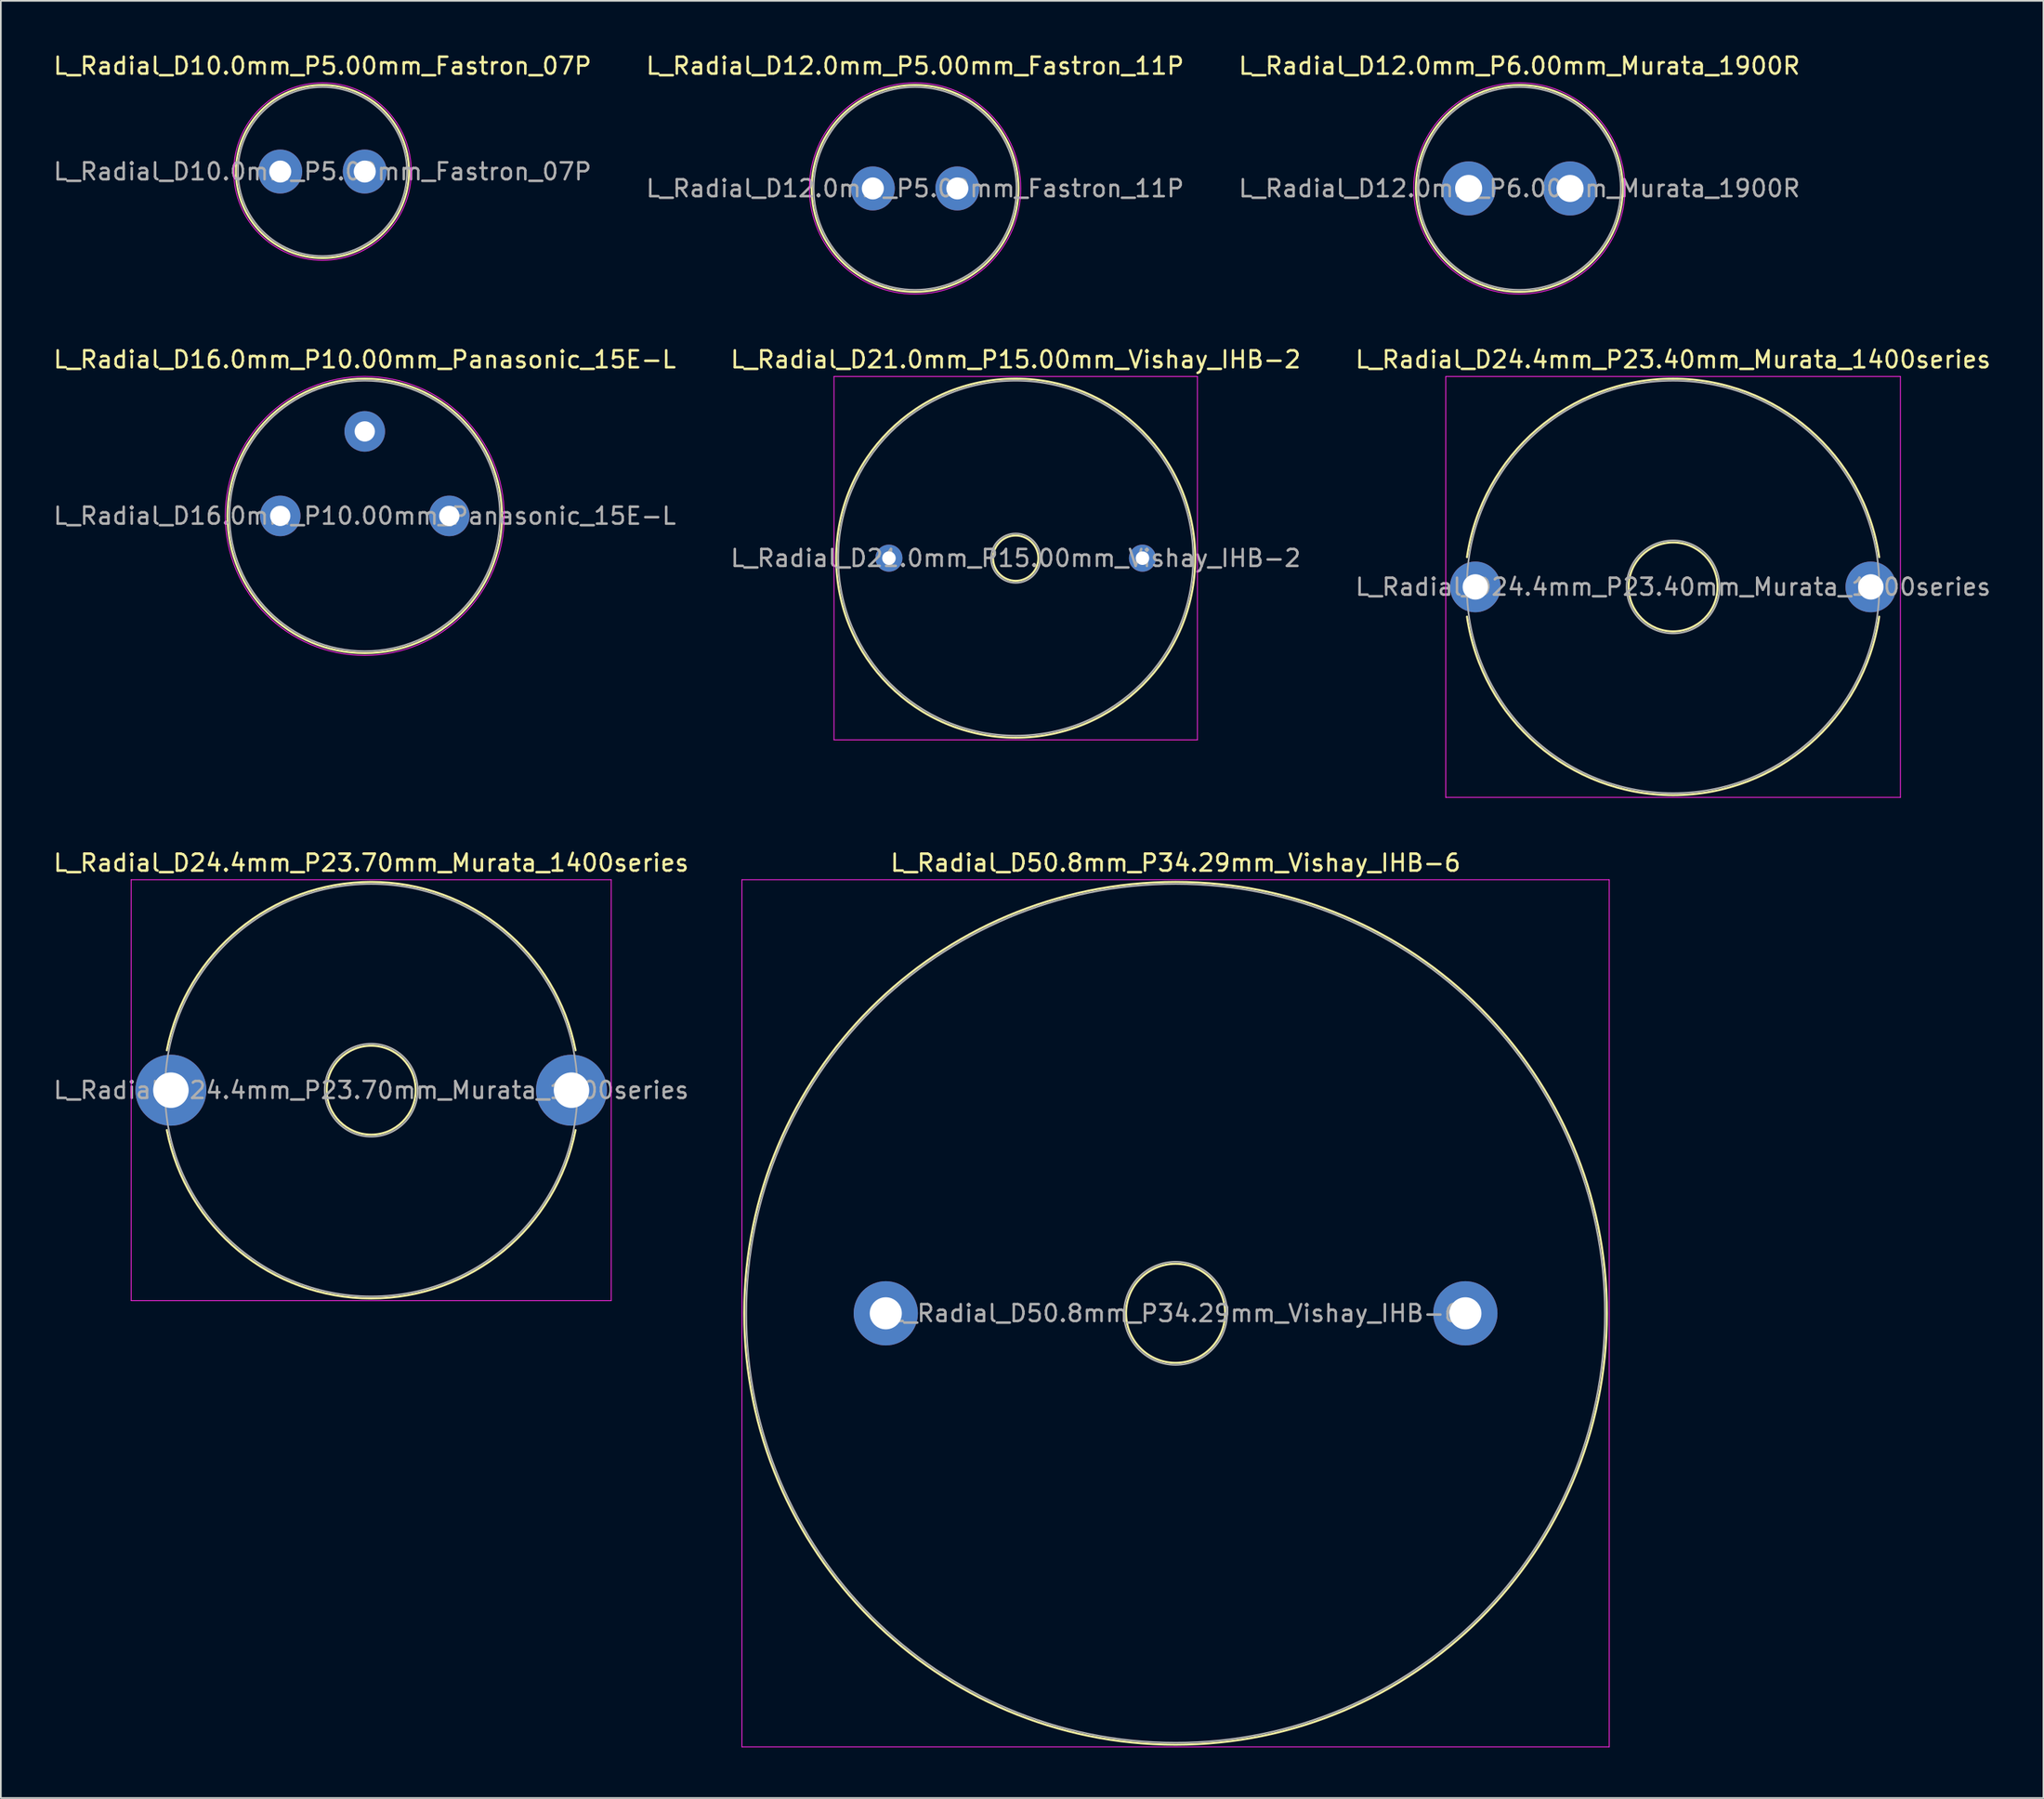
<source format=kicad_pcb>
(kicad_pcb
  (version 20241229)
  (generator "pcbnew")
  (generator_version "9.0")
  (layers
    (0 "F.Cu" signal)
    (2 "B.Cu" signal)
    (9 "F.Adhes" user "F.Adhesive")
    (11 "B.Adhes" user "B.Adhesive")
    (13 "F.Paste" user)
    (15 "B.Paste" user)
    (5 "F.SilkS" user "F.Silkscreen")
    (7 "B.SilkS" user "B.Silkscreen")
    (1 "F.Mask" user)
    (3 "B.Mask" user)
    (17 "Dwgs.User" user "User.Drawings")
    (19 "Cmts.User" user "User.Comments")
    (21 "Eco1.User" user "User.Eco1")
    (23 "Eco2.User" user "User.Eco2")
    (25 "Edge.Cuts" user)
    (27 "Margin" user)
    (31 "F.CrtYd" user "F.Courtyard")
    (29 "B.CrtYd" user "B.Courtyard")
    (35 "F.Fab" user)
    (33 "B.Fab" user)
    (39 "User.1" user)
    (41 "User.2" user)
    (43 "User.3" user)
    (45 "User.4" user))
  (footprint "L_Radial_D24.4mm_P23.40mm_Murata_1400series"
    (layer "F.Cu")
    (at 84.235 31.672)
    (property "Reference" "L_Radial_D24.4mm_P23.40mm_Murata_1400series" (at 11.7 -13.45 0) (layer "F.SilkS") (effects (font (size 1 1) (thickness 0.15))))
    (attr through_hole)
    (fp_arc (start -0.493638 -1.76) (mid 11.7 -12.32) (end 23.893638 -1.76) (stroke (width 0.12) (type solid)) (layer "F.SilkS"))
    (fp_arc (start 23.893638 1.76) (mid 11.7 12.32) (end -0.493638 1.76) (stroke (width 0.12) (type solid)) (layer "F.SilkS"))
    (fp_circle (center 11.7 0) (end 14.33 0) (stroke (width 0.12) (type solid)) (fill no) (layer "F.SilkS"))
    (fp_line (start -1.75 -12.45) (end -1.75 12.45) (stroke (width 0.05) (type solid)) (layer "F.CrtYd"))
    (fp_line (start -1.75 12.45) (end 25.15 12.45) (stroke (width 0.05) (type solid)) (layer "F.CrtYd"))
    (fp_line (start 25.15 -12.45) (end -1.75 -12.45) (stroke (width 0.05) (type solid)) (layer "F.CrtYd"))
    (fp_line (start 25.15 12.45) (end 25.15 -12.45) (stroke (width 0.05) (type solid)) (layer "F.CrtYd"))
    (fp_circle (center 11.7 0) (end 14.45 0) (stroke (width 0.1) (type solid)) (fill no) (layer "F.Fab"))
    (fp_circle (center 11.7 0) (end 23.9 0) (stroke (width 0.1) (type solid)) (fill no) (layer "F.Fab"))
    (fp_text user "${REFERENCE}" (at 11.7 0 0) (layer "F.Fab") (effects (font (size 1 1) (thickness 0.15))))
    (pad "1" thru_hole circle (at 0 0) (size 3 3) (drill 1.5) (layers "*.Cu" "*.Mask"))
    (pad "2" thru_hole circle (at 23.4 0) (size 3 3) (drill 1.5) (layers "*.Cu" "*.Mask")))
  (footprint "L_Radial_D24.4mm_P23.70mm_Murata_1400series"
    (layer "F.Cu")
    (at 7.061 61.445)
    (property "Reference" "L_Radial_D24.4mm_P23.70mm_Murata_1400series" (at 11.85 -13.45 0) (layer "F.SilkS") (effects (font (size 1 1) (thickness 0.15))))
    (attr through_hole)
    (fp_arc (start -0.241848 -2.36) (mid 11.85 -12.32) (end 23.941848 -2.36) (stroke (width 0.12) (type solid)) (layer "F.SilkS"))
    (fp_arc (start 23.941848 2.36) (mid 11.85 12.32) (end -0.241848 2.36) (stroke (width 0.12) (type solid)) (layer "F.SilkS"))
    (fp_circle (center 11.85 0) (end 14.48 0) (stroke (width 0.12) (type solid)) (fill no) (layer "F.SilkS"))
    (fp_line (start -2.35 -12.45) (end -2.35 12.45) (stroke (width 0.05) (type solid)) (layer "F.CrtYd"))
    (fp_line (start -2.35 12.45) (end 26.05 12.45) (stroke (width 0.05) (type solid)) (layer "F.CrtYd"))
    (fp_line (start 26.05 -12.45) (end -2.35 -12.45) (stroke (width 0.05) (type solid)) (layer "F.CrtYd"))
    (fp_line (start 26.05 12.45) (end 26.05 -12.45) (stroke (width 0.05) (type solid)) (layer "F.CrtYd"))
    (fp_circle (center 11.85 0) (end 14.6 0) (stroke (width 0.1) (type solid)) (fill no) (layer "F.Fab"))
    (fp_circle (center 11.85 0) (end 24.05 0) (stroke (width 0.1) (type solid)) (fill no) (layer "F.Fab"))
    (fp_text user "${REFERENCE}" (at 11.85 0 0) (layer "F.Fab") (effects (font (size 1 1) (thickness 0.15))))
    (pad "1" thru_hole circle (at 0 0) (size 4.2 4.2) (drill 2.1) (layers "*.Cu" "*.Mask"))
    (pad "2" thru_hole circle (at 23.7 0) (size 4.2 4.2) (drill 2.1) (layers "*.Cu" "*.Mask")))
  (footprint "L_Radial_D12.0mm_P6.00mm_Murata_1900R"
    (layer "F.Cu")
    (at 83.839 8.098)
    (property "Reference" "L_Radial_D12.0mm_P6.00mm_Murata_1900R" (at 3 -7.25 0) (layer "F.SilkS") (effects (font (size 1 1) (thickness 0.15))))
    (attr through_hole)
    (fp_circle (center 3 0) (end 9.12 0) (stroke (width 0.12) (type solid)) (fill no) (layer "F.SilkS"))
    (fp_circle (center 3 0) (end 9.25 0) (stroke (width 0.05) (type solid)) (fill no) (layer "F.CrtYd"))
    (fp_circle (center 3 0) (end 9 0) (stroke (width 0.1) (type solid)) (fill no) (layer "F.Fab"))
    (fp_text user "${REFERENCE}" (at 3 0 0) (layer "F.Fab") (effects (font (size 1 1) (thickness 0.15))))
    (pad "1" thru_hole circle (at 0 0) (size 3.2 3.2) (drill 1.6) (layers "*.Cu" "*.Mask"))
    (pad "2" thru_hole circle (at 6 0) (size 3.2 3.2) (drill 1.6) (layers "*.Cu" "*.Mask")))
  (footprint "L_Radial_D12.0mm_P5.00mm_Fastron_11P"
    (layer "F.Cu")
    (at 48.589 8.098)
    (property "Reference" "L_Radial_D12.0mm_P5.00mm_Fastron_11P" (at 2.5 -7.25 0) (layer "F.SilkS") (effects (font (size 1 1) (thickness 0.15))))
    (attr through_hole)
    (fp_circle (center 2.5 0) (end 8.62 0) (stroke (width 0.12) (type solid)) (fill no) (layer "F.SilkS"))
    (fp_circle (center 2.5 0) (end 8.75 0) (stroke (width 0.05) (type solid)) (fill no) (layer "F.CrtYd"))
    (fp_circle (center 2.5 0) (end 8.5 0) (stroke (width 0.1) (type solid)) (fill no) (layer "F.Fab"))
    (fp_text user "${REFERENCE}" (at 2.5 0 0) (layer "F.Fab") (effects (font (size 1 1) (thickness 0.15))))
    (pad "1" thru_hole circle (at 0 0) (size 2.6 2.6) (drill 1.3) (layers "*.Cu" "*.Mask"))
    (pad "2" thru_hole circle (at 5 0) (size 2.6 2.6) (drill 1.3) (layers "*.Cu" "*.Mask")))
  (footprint "L_Radial_D21.0mm_P15.00mm_Vishay_IHB-2"
    (layer "F.Cu")
    (at 49.542 29.971)
    (property "Reference" "L_Radial_D21.0mm_P15.00mm_Vishay_IHB-2" (at 7.5 -11.75 0) (layer "F.SilkS") (effects (font (size 1 1) (thickness 0.15))))
    (attr through_hole)
    (fp_circle (center 7.5 0) (end 8.84 0) (stroke (width 0.12) (type solid)) (fill no) (layer "F.SilkS"))
    (fp_circle (center 7.5 0) (end 18.12 0) (stroke (width 0.12) (type solid)) (fill no) (layer "F.SilkS"))
    (fp_line (start -3.25 -10.75) (end -3.25 10.75) (stroke (width 0.05) (type solid)) (layer "F.CrtYd"))
    (fp_line (start -3.25 10.75) (end 18.25 10.75) (stroke (width 0.05) (type solid)) (layer "F.CrtYd"))
    (fp_line (start 18.25 -10.75) (end -3.25 -10.75) (stroke (width 0.05) (type solid)) (layer "F.CrtYd"))
    (fp_line (start 18.25 10.75) (end 18.25 -10.75) (stroke (width 0.05) (type solid)) (layer "F.CrtYd"))
    (fp_circle (center 7.5 0) (end 8.96 0) (stroke (width 0.1) (type solid)) (fill no) (layer "F.Fab"))
    (fp_circle (center 7.5 0) (end 18 0) (stroke (width 0.1) (type solid)) (fill no) (layer "F.Fab"))
    (fp_text user "${REFERENCE}" (at 7.5 0 0) (layer "F.Fab") (effects (font (size 1 1) (thickness 0.15))))
    (pad "1" thru_hole circle (at 0 0) (size 1.6 1.6) (drill 0.8) (layers "*.Cu" "*.Mask"))
    (pad "2" thru_hole circle (at 15 0) (size 1.6 1.6) (drill 0.8) (layers "*.Cu" "*.Mask")))
  (footprint "L_Radial_D16.0mm_P10.00mm_Panasonic_15E-L"
    (layer "F.Cu")
    (at 13.53 27.471)
    (property "Reference" "L_Radial_D16.0mm_P10.00mm_Panasonic_15E-L" (at 5 -9.25 0) (layer "F.SilkS") (effects (font (size 1 1) (thickness 0.15))))
    (attr through_hole)
    (fp_circle (center 5 0) (end 13.12 0) (stroke (width 0.12) (type solid)) (fill no) (layer "F.SilkS"))
    (fp_circle (center 5 0) (end 13.25 0) (stroke (width 0.05) (type solid)) (fill no) (layer "F.CrtYd"))
    (fp_circle (center 5 0) (end 13 0) (stroke (width 0.1) (type solid)) (fill no) (layer "F.Fab"))
    (fp_text user "${REFERENCE}" (at 5 0 0) (layer "F.Fab") (effects (font (size 1 1) (thickness 0.15))))
    (pad "1" thru_hole circle (at 0 0) (size 2.4 2.4) (drill 1.2) (layers "*.Cu" "*.Mask"))
    (pad "2" thru_hole circle (at 10 0) (size 2.4 2.4) (drill 1.2) (layers "*.Cu" "*.Mask"))
    (pad "MP" thru_hole circle (at 5 -5 90) (size 2.4 2.4) (drill 1.2) (layers "*.Cu" "*.Mask")))
  (footprint "L_Radial_D10.0mm_P5.00mm_Fastron_07P"
    (layer "F.Cu")
    (at 13.53 7.098)
    (property "Reference" "L_Radial_D10.0mm_P5.00mm_Fastron_07P" (at 2.5 -6.25 0) (layer "F.SilkS") (effects (font (size 1 1) (thickness 0.15))))
    (attr through_hole)
    (fp_circle (center 2.5 0) (end 7.62 0) (stroke (width 0.12) (type solid)) (fill no) (layer "F.SilkS"))
    (fp_circle (center 2.5 0) (end 7.75 0) (stroke (width 0.05) (type solid)) (fill no) (layer "F.CrtYd"))
    (fp_circle (center 2.5 0) (end 7.5 0) (stroke (width 0.1) (type solid)) (fill no) (layer "F.Fab"))
    (fp_text user "${REFERENCE}" (at 2.5 0 0) (layer "F.Fab") (effects (font (size 1 1) (thickness 0.15))))
    (pad "1" thru_hole circle (at 0 0) (size 2.6 2.6) (drill 1.3) (layers "*.Cu" "*.Mask"))
    (pad "2" thru_hole circle (at 5 0) (size 2.6 2.6) (drill 1.3) (layers "*.Cu" "*.Mask")))
  (footprint "L_Radial_D50.8mm_P34.29mm_Vishay_IHB-6"
    (layer "F.Cu")
    (at 49.356 74.645)
    (property "Reference" "L_Radial_D50.8mm_P34.29mm_Vishay_IHB-6" (at 17.145 -26.65 0) (layer "F.SilkS") (effects (font (size 1 1) (thickness 0.15))))
    (attr through_hole)
    (fp_circle (center 17.145 0) (end 20.075 0) (stroke (width 0.12) (type solid)) (fill no) (layer "F.SilkS"))
    (fp_circle (center 17.145 0) (end 42.665 0) (stroke (width 0.12) (type solid)) (fill no) (layer "F.SilkS"))
    (fp_line (start -8.51 -25.65) (end -8.51 25.65) (stroke (width 0.05) (type solid)) (layer "F.CrtYd"))
    (fp_line (start -8.51 25.65) (end 42.8 25.65) (stroke (width 0.05) (type solid)) (layer "F.CrtYd"))
    (fp_line (start 42.8 -25.65) (end -8.51 -25.65) (stroke (width 0.05) (type solid)) (layer "F.CrtYd"))
    (fp_line (start 42.8 25.65) (end 42.8 -25.65) (stroke (width 0.05) (type solid)) (layer "F.CrtYd"))
    (fp_circle (center 17.145 0) (end 20.195 0) (stroke (width 0.1) (type solid)) (fill no) (layer "F.Fab"))
    (fp_circle (center 17.145 0) (end 42.545 0) (stroke (width 0.1) (type solid)) (fill no) (layer "F.Fab"))
    (fp_text user "${REFERENCE}" (at 17.145 0 0) (layer "F.Fab") (effects (font (size 1 1) (thickness 0.15))))
    (pad "1" thru_hole circle (at 0 0) (size 3.8 3.8) (drill 1.9) (layers "*.Cu" "*.Mask"))
    (pad "2" thru_hole circle (at 34.29 0) (size 3.8 3.8) (drill 1.9) (layers "*.Cu" "*.Mask")))
  (gr_rect
    (start -3 -3)
    (end 117.845 103.32)
    (stroke (width 0.1) (type default))
    (fill no)
    (layer "Edge.Cuts")))
</source>
